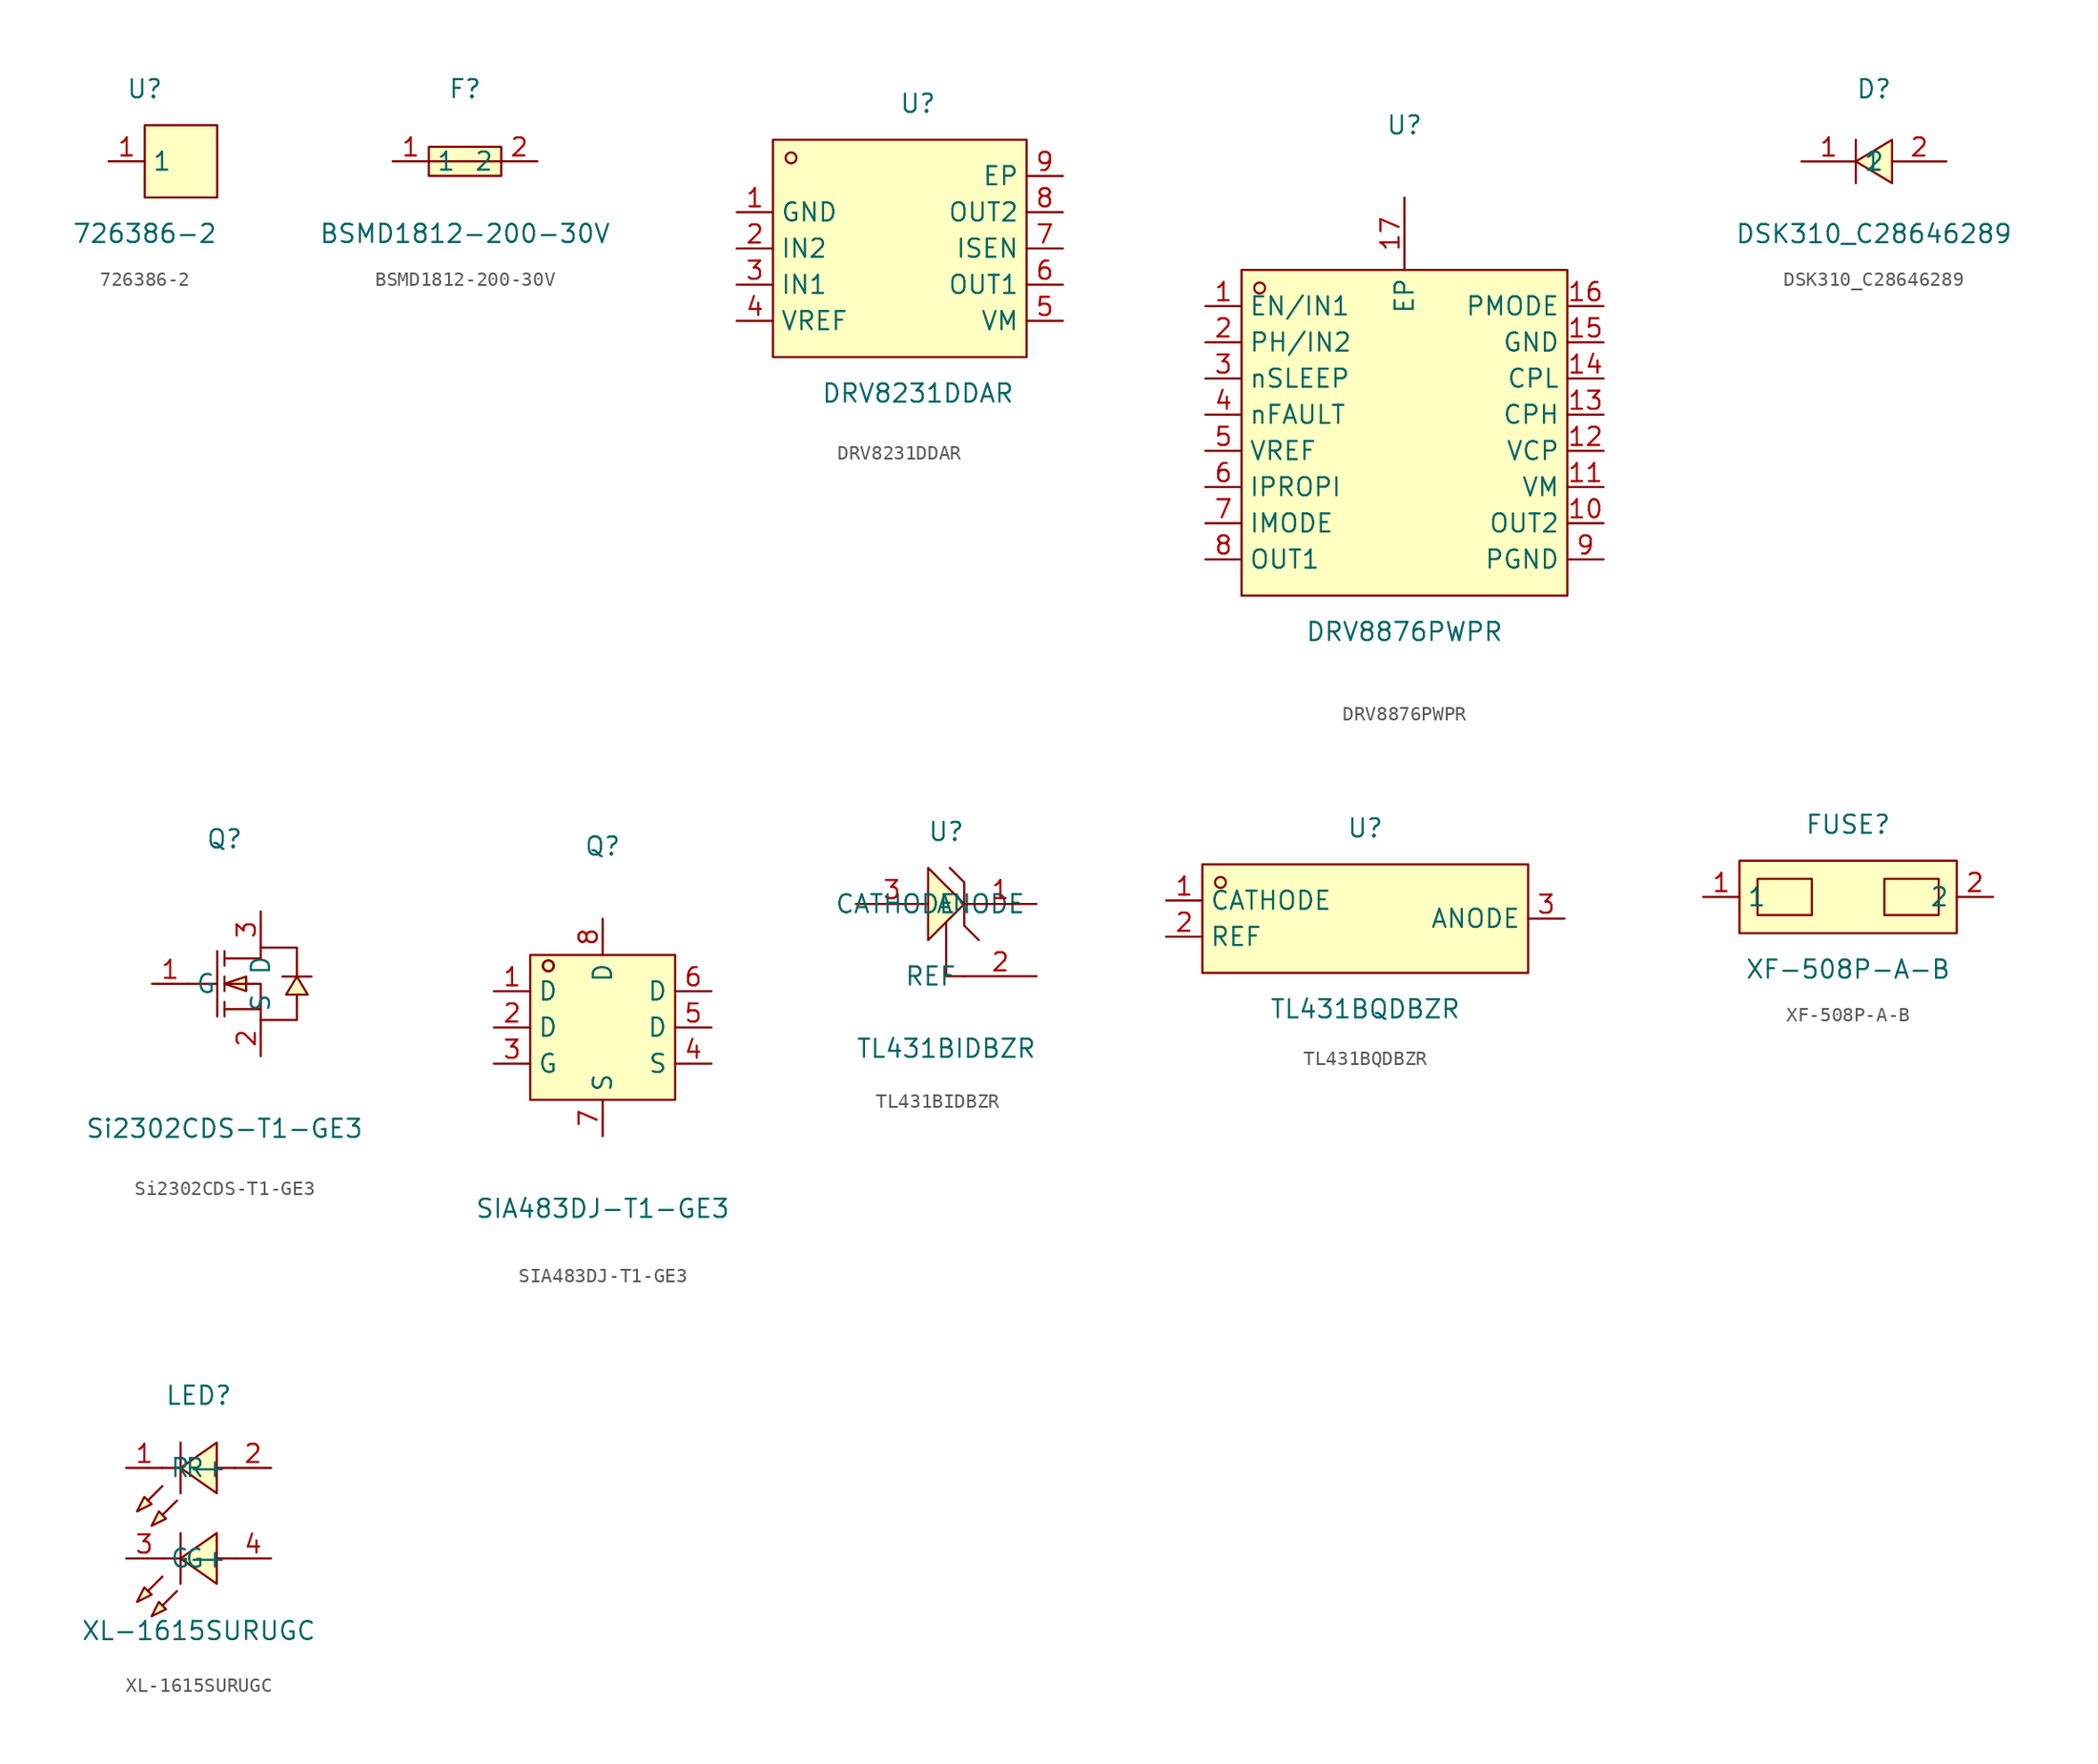
<source format=kicad_sym>
(kicad_symbol_lib
  (version 20211014)
  (generator https://github.com/uPesy/easyeda2kicad.py)
  (symbol "726386-2"
    (property "Reference" "U"
      (at 0 5.08 0)
      (effects (font (size 1.27 1.27))))
    (property "Value" "726386-2"
      (at 0 -5.08 0)
      (effects (font (size 1.27 1.27))))
    (symbol "726386-2_0_1"
      (rectangle (start 0.00 2.54) (end 5.08 -2.54) (stroke (width 0) (type default) (color 0 0 0 0)) (fill (type background)))
      (pin unspecified line (at -2.54 -0.00 0) (length 2.54) (name "1" (effects (font (size 1.27 1.27)))) (number "1" (effects (font (size 1.27 1.27)))))))
  (symbol "BSMD1812-200-30V"
    (property "Reference" "F"
      (at 0 5.08 0)
      (effects (font (size 1.27 1.27))))
    (property "Value" "BSMD1812-200-30V"
      (at 0 -5.08 0)
      (effects (font (size 1.27 1.27))))
    (symbol "BSMD1812-200-30V_0_1"
      (rectangle (start -2.54 1.02) (end 2.54 -1.02) (stroke (width 0) (type default) (color 0 0 0 0)) (fill (type background)))
      (polyline (pts (xy -2.54 -0.00) (xy 2.54 -0.00)) (stroke (width 0) (type default) (color 0 0 0 0)) (fill (type none)))
      (pin unspecified line (at -5.08 -0.00 0) (length 2.54) (name "1" (effects (font (size 1.27 1.27)))) (number "1" (effects (font (size 1.27 1.27)))))
      (pin unspecified line (at 5.08 -0.00 180) (length 2.54) (name "2" (effects (font (size 1.27 1.27)))) (number "2" (effects (font (size 1.27 1.27)))))))
  (symbol "DRV8231DDAR"
    (property "Reference" "U"
      (at 0 10.16 0)
      (effects (font (size 1.27 1.27))))
    (property "Value" "DRV8231DDAR"
      (at 0 -10.16 0)
      (effects (font (size 1.27 1.27))))
    (symbol "DRV8231DDAR_0_1"
      (rectangle (start -10.16 7.62) (end 7.62 -7.62) (stroke (width 0) (type default) (color 0 0 0 0)) (fill (type background)))
      (circle (center -8.89 6.35) (radius 0.38) (stroke (width 0) (type default) (color 0 0 0 0)) (fill (type none)))
      (pin unspecified line (at 10.16 5.08 180) (length 2.54) (name "EP" (effects (font (size 1.27 1.27)))) (number "9" (effects (font (size 1.27 1.27)))))
      (pin unspecified line (at 10.16 2.54 180) (length 2.54) (name "OUT2" (effects (font (size 1.27 1.27)))) (number "8" (effects (font (size 1.27 1.27)))))
      (pin unspecified line (at 10.16 -0.00 180) (length 2.54) (name "ISEN" (effects (font (size 1.27 1.27)))) (number "7" (effects (font (size 1.27 1.27)))))
      (pin unspecified line (at 10.16 -2.54 180) (length 2.54) (name "OUT1" (effects (font (size 1.27 1.27)))) (number "6" (effects (font (size 1.27 1.27)))))
      (pin unspecified line (at 10.16 -5.08 180) (length 2.54) (name "VM" (effects (font (size 1.27 1.27)))) (number "5" (effects (font (size 1.27 1.27)))))
      (pin unspecified line (at -12.70 -5.08 0) (length 2.54) (name "VREF" (effects (font (size 1.27 1.27)))) (number "4" (effects (font (size 1.27 1.27)))))
      (pin unspecified line (at -12.70 -2.54 0) (length 2.54) (name "IN1" (effects (font (size 1.27 1.27)))) (number "3" (effects (font (size 1.27 1.27)))))
      (pin unspecified line (at -12.70 -0.00 0) (length 2.54) (name "IN2" (effects (font (size 1.27 1.27)))) (number "2" (effects (font (size 1.27 1.27)))))
      (pin unspecified line (at -12.70 2.54 0) (length 2.54) (name "GND" (effects (font (size 1.27 1.27)))) (number "1" (effects (font (size 1.27 1.27)))))))
  (symbol "DRV8876PWPR"
    (property "Reference" "U"
      (at 0 21.59 0)
      (effects (font (size 1.27 1.27))))
    (property "Value" "DRV8876PWPR"
      (at 0 -13.97 0)
      (effects (font (size 1.27 1.27))))
    (symbol "DRV8876PWPR_0_1"
      (rectangle (start -11.43 11.43) (end 11.43 -11.43) (stroke (width 0) (type default) (color 0 0 0 0)) (fill (type background)))
      (circle (center -10.16 10.16) (radius 0.38) (stroke (width 0) (type default) (color 0 0 0 0)) (fill (type none)))
      (pin unspecified line (at -13.97 8.89 0) (length 2.54) (name "EN/IN1" (effects (font (size 1.27 1.27)))) (number "1" (effects (font (size 1.27 1.27)))))
      (pin unspecified line (at -13.97 6.35 0) (length 2.54) (name "PH/IN2" (effects (font (size 1.27 1.27)))) (number "2" (effects (font (size 1.27 1.27)))))
      (pin unspecified line (at -13.97 3.81 0) (length 2.54) (name "nSLEEP" (effects (font (size 1.27 1.27)))) (number "3" (effects (font (size 1.27 1.27)))))
      (pin unspecified line (at -13.97 1.27 0) (length 2.54) (name "nFAULT" (effects (font (size 1.27 1.27)))) (number "4" (effects (font (size 1.27 1.27)))))
      (pin unspecified line (at -13.97 -1.27 0) (length 2.54) (name "VREF" (effects (font (size 1.27 1.27)))) (number "5" (effects (font (size 1.27 1.27)))))
      (pin unspecified line (at -13.97 -3.81 0) (length 2.54) (name "IPROPI" (effects (font (size 1.27 1.27)))) (number "6" (effects (font (size 1.27 1.27)))))
      (pin unspecified line (at -13.97 -6.35 0) (length 2.54) (name "IMODE" (effects (font (size 1.27 1.27)))) (number "7" (effects (font (size 1.27 1.27)))))
      (pin unspecified line (at -13.97 -8.89 0) (length 2.54) (name "OUT1" (effects (font (size 1.27 1.27)))) (number "8" (effects (font (size 1.27 1.27)))))
      (pin unspecified line (at 13.97 -8.89 180) (length 2.54) (name "PGND" (effects (font (size 1.27 1.27)))) (number "9" (effects (font (size 1.27 1.27)))))
      (pin unspecified line (at 13.97 -6.35 180) (length 2.54) (name "OUT2" (effects (font (size 1.27 1.27)))) (number "10" (effects (font (size 1.27 1.27)))))
      (pin unspecified line (at 13.97 -3.81 180) (length 2.54) (name "VM" (effects (font (size 1.27 1.27)))) (number "11" (effects (font (size 1.27 1.27)))))
      (pin unspecified line (at 13.97 -1.27 180) (length 2.54) (name "VCP" (effects (font (size 1.27 1.27)))) (number "12" (effects (font (size 1.27 1.27)))))
      (pin unspecified line (at 13.97 1.27 180) (length 2.54) (name "CPH" (effects (font (size 1.27 1.27)))) (number "13" (effects (font (size 1.27 1.27)))))
      (pin unspecified line (at 13.97 3.81 180) (length 2.54) (name "CPL" (effects (font (size 1.27 1.27)))) (number "14" (effects (font (size 1.27 1.27)))))
      (pin unspecified line (at 13.97 6.35 180) (length 2.54) (name "GND" (effects (font (size 1.27 1.27)))) (number "15" (effects (font (size 1.27 1.27)))))
      (pin unspecified line (at 13.97 8.89 180) (length 2.54) (name "PMODE" (effects (font (size 1.27 1.27)))) (number "16" (effects (font (size 1.27 1.27)))))
      (pin unspecified line (at 0.00 16.51 270) (length 5.08) (name "EP" (effects (font (size 1.27 1.27)))) (number "17" (effects (font (size 1.27 1.27)))))))
  (symbol "DSK310_C28646289"
    (property "Reference" "D"
      (at 0 5.08 0)
      (effects (font (size 1.27 1.27))))
    (property "Value" "DSK310_C28646289"
      (at 0 -5.08 0)
      (effects (font (size 1.27 1.27))))
    (symbol "DSK310_C28646289_0_1"
      (polyline (pts (xy 1.27 1.52) (xy -1.27 -0.00) (xy 1.27 -1.52) (xy 1.27 1.52)) (stroke (width 0) (type default) (color 0 0 0 0)) (fill (type background)))
      (polyline (pts (xy -1.27 -1.52) (xy -1.27 1.52)) (stroke (width 0) (type default) (color 0 0 0 0)) (fill (type none)))
      (pin unspecified line (at -5.08 -0.00 0) (length 3.81) (name "1" (effects (font (size 1.27 1.27)))) (number "1" (effects (font (size 1.27 1.27)))))
      (pin unspecified line (at 5.08 -0.00 180) (length 3.81) (name "2" (effects (font (size 1.27 1.27)))) (number "2" (effects (font (size 1.27 1.27)))))))
  (symbol "Si2302CDS-T1-GE3"
    (property "Reference" "Q"
      (at 0 10.16 0)
      (effects (font (size 1.27 1.27))))
    (property "Value" "Si2302CDS-T1-GE3"
      (at 0 -10.16 0)
      (effects (font (size 1.27 1.27))))
    (symbol "Si2302CDS-T1-GE3_0_1"
      (polyline (pts (xy 0.00 1.78) (xy 2.54 1.78) (xy 2.54 2.54) (xy 5.08 2.54) (xy 5.08 0.51)) (stroke (width 0) (type default) (color 0 0 0 0)) (fill (type none)))
      (polyline (pts (xy 0.00 -0.00) (xy 2.54 -0.00) (xy 2.54 -2.54) (xy 5.08 -2.54) (xy 5.08 -0.76)) (stroke (width 0) (type default) (color 0 0 0 0)) (fill (type none)))
      (polyline (pts (xy 2.54 -1.78) (xy 0.00 -1.78)) (stroke (width 0) (type default) (color 0 0 0 0)) (fill (type none)))
      (polyline (pts (xy -0.51 2.29) (xy -0.51 -2.29)) (stroke (width 0) (type default) (color 0 0 0 0)) (fill (type none)))
      (polyline (pts (xy 0.00 2.29) (xy 0.00 1.27)) (stroke (width 0) (type default) (color 0 0 0 0)) (fill (type none)))
      (polyline (pts (xy 0.00 -0.51) (xy 0.00 0.51)) (stroke (width 0) (type default) (color 0 0 0 0)) (fill (type none)))
      (polyline (pts (xy 0.00 -2.29) (xy 0.00 -1.27)) (stroke (width 0) (type default) (color 0 0 0 0)) (fill (type none)))
      (polyline (pts (xy -2.54 -0.00) (xy -0.51 -0.00)) (stroke (width 0) (type default) (color 0 0 0 0)) (fill (type none)))
      (polyline (pts (xy 6.10 0.51) (xy 5.59 0.51) (xy 4.57 0.51) (xy 4.06 0.51)) (stroke (width 0) (type default) (color 0 0 0 0)) (fill (type none)))
      (polyline (pts (xy 0.00 -0.00) (xy 1.52 -0.51) (xy 1.52 0.51) (xy 0.00 -0.00)) (stroke (width 0) (type default) (color 0 0 0 0)) (fill (type background)))
      (polyline (pts (xy 5.08 0.51) (xy 4.32 -0.76) (xy 5.84 -0.76) (xy 5.08 0.51)) (stroke (width 0) (type default) (color 0 0 0 0)) (fill (type background)))
      (pin unspecified line (at 2.54 5.08 270) (length 2.54) (name "D" (effects (font (size 1.27 1.27)))) (number "3" (effects (font (size 1.27 1.27)))))
      (pin unspecified line (at -5.08 -0.00 0) (length 2.54) (name "G" (effects (font (size 1.27 1.27)))) (number "1" (effects (font (size 1.27 1.27)))))
      (pin unspecified line (at 2.54 -5.08 90) (length 2.54) (name "S" (effects (font (size 1.27 1.27)))) (number "2" (effects (font (size 1.27 1.27)))))))
  (symbol "SIA483DJ-T1-GE3"
    (property "Reference" "Q"
      (at 0 12.70 0)
      (effects (font (size 1.27 1.27))))
    (property "Value" "SIA483DJ-T1-GE3"
      (at 0 -12.70 0)
      (effects (font (size 1.27 1.27))))
    (symbol "SIA483DJ-T1-GE3_0_1"
      (rectangle (start -5.08 5.08) (end 5.08 -5.08) (stroke (width 0) (type default) (color 0 0 0 0)) (fill (type background)))
      (circle (center -3.81 4.32) (radius 0.38) (stroke (width 0) (type default) (color 0 0 0 0)) (fill (type none)))
      (circle (center -3.81 4.32) (radius 0.38) (stroke (width 0) (type default) (color 0 0 0 0)) (fill (type none)))
      (pin unspecified line (at -7.62 2.54 0) (length 2.54) (name "D" (effects (font (size 1.27 1.27)))) (number "1" (effects (font (size 1.27 1.27)))))
      (pin unspecified line (at -7.62 -0.00 0) (length 2.54) (name "D" (effects (font (size 1.27 1.27)))) (number "2" (effects (font (size 1.27 1.27)))))
      (pin unspecified line (at -7.62 -2.54 0) (length 2.54) (name "G" (effects (font (size 1.27 1.27)))) (number "3" (effects (font (size 1.27 1.27)))))
      (pin unspecified line (at 7.62 -2.54 180) (length 2.54) (name "S" (effects (font (size 1.27 1.27)))) (number "4" (effects (font (size 1.27 1.27)))))
      (pin unspecified line (at 7.62 -0.00 180) (length 2.54) (name "D" (effects (font (size 1.27 1.27)))) (number "5" (effects (font (size 1.27 1.27)))))
      (pin unspecified line (at 7.62 2.54 180) (length 2.54) (name "D" (effects (font (size 1.27 1.27)))) (number "6" (effects (font (size 1.27 1.27)))))
      (pin unspecified line (at 0.00 -7.62 90) (length 2.54) (name "S" (effects (font (size 1.27 1.27)))) (number "7" (effects (font (size 1.27 1.27)))))
      (pin unspecified line (at 0.00 7.62 270) (length 2.54) (name "D" (effects (font (size 1.27 1.27)))) (number "8" (effects (font (size 1.27 1.27)))))))
  (symbol "TL431BIDBZR"
    (property "Reference" "U"
      (at 0 6.35 0)
      (effects (font (size 1.27 1.27))))
    (property "Value" "TL431BIDBZR"
      (at 0 -8.89 0)
      (effects (font (size 1.27 1.27))))
    (symbol "TL431BIDBZR_0_1"
      (polyline (pts (xy 2.29 -1.27) (xy 1.27 -0.25) (xy 1.27 2.79) (xy 0.25 3.81)) (stroke (width 0) (type default) (color 0 0 0 0)) (fill (type none)))
      (polyline (pts (xy 1.27 -3.81) (xy 0.00 -3.81) (xy 0.00 -0.00) (xy 0.00 -0.00)) (stroke (width 0) (type default) (color 0 0 0 0)) (fill (type none)))
      (polyline (pts (xy -1.27 -1.27) (xy 1.27 1.27) (xy -1.27 3.81) (xy -1.27 -1.27)) (stroke (width 0) (type default) (color 0 0 0 0)) (fill (type background)))
      (pin unspecified line (at -6.35 1.27 0) (length 5.08) (name "ANODE" (effects (font (size 1.27 1.27)))) (number "3" (effects (font (size 1.27 1.27)))))
      (pin unspecified line (at 6.35 1.27 180) (length 5.08) (name "CATHODE" (effects (font (size 1.27 1.27)))) (number "1" (effects (font (size 1.27 1.27)))))
      (pin unspecified line (at 6.35 -3.81 180) (length 5.08) (name "REF" (effects (font (size 1.27 1.27)))) (number "2" (effects (font (size 1.27 1.27)))))))
  (symbol "TL431BQDBZR"
    (property "Reference" "U"
      (at 0 6.35 0)
      (effects (font (size 1.27 1.27))))
    (property "Value" "TL431BQDBZR"
      (at 0 -6.35 0)
      (effects (font (size 1.27 1.27))))
    (symbol "TL431BQDBZR_0_1"
      (rectangle (start -11.43 3.81) (end 11.43 -3.81) (stroke (width 0) (type default) (color 0 0 0 0)) (fill (type background)))
      (circle (center -10.16 2.54) (radius 0.38) (stroke (width 0) (type default) (color 0 0 0 0)) (fill (type none)))
      (pin unspecified line (at -13.97 1.27 0) (length 2.54) (name "CATHODE" (effects (font (size 1.27 1.27)))) (number "1" (effects (font (size 1.27 1.27)))))
      (pin unspecified line (at -13.97 -1.27 0) (length 2.54) (name "REF" (effects (font (size 1.27 1.27)))) (number "2" (effects (font (size 1.27 1.27)))))
      (pin unspecified line (at 13.97 -0.00 180) (length 2.54) (name "ANODE" (effects (font (size 1.27 1.27)))) (number "3" (effects (font (size 1.27 1.27)))))))
  (symbol "XF-508P-A-B"
    (property "Reference" "FUSE"
      (at 0 5.08 0)
      (effects (font (size 1.27 1.27))))
    (property "Value" "XF-508P-A-B"
      (at 0 -5.08 0)
      (effects (font (size 1.27 1.27))))
    (symbol "XF-508P-A-B_0_1"
      (rectangle (start -7.62 2.54) (end 7.62 -2.54) (stroke (width 0) (type default) (color 0 0 0 0)) (fill (type background)))
      (rectangle (start -6.35 1.27) (end -2.54 -1.27) (stroke (width 0) (type default) (color 0 0 0 0)) (fill (type background)))
      (rectangle (start 2.54 1.27) (end 6.35 -1.27) (stroke (width 0) (type default) (color 0 0 0 0)) (fill (type background)))
      (pin unspecified line (at -10.16 -0.00 0) (length 2.54) (name "1" (effects (font (size 1.27 1.27)))) (number "1" (effects (font (size 1.27 1.27)))))
      (pin unspecified line (at 10.16 -0.00 180) (length 2.54) (name "2" (effects (font (size 1.27 1.27)))) (number "2" (effects (font (size 1.27 1.27)))))))
  (symbol "XL-1615SURUGC"
    (property "Reference" "LED"
      (at 0 8.89 0)
      (effects (font (size 1.27 1.27))))
    (property "Value" "XL-1615SURUGC"
      (at 0 -7.62 0)
      (effects (font (size 1.27 1.27))))
    (symbol "XL-1615SURUGC_0_1"
      (polyline (pts (xy -3.30 -0.25) (xy -2.79 0.76) (xy -2.29 0.25) (xy -3.30 -0.25)) (stroke (width 0) (type default) (color 0 0 0 0)) (fill (type background)))
      (polyline (pts (xy -4.32 0.76) (xy -3.81 1.78) (xy -3.30 1.27) (xy -4.32 0.76)) (stroke (width 0) (type default) (color 0 0 0 0)) (fill (type background)))
      (polyline (pts (xy 1.27 5.59) (xy -1.27 3.81) (xy 1.27 2.03) (xy 1.27 5.59)) (stroke (width 0) (type default) (color 0 0 0 0)) (fill (type background)))
      (polyline (pts (xy 1.27 -0.76) (xy -1.27 -2.54) (xy 1.27 -4.32) (xy 1.27 -0.76)) (stroke (width 0) (type default) (color 0 0 0 0)) (fill (type background)))
      (polyline (pts (xy -4.32 -5.59) (xy -3.81 -4.57) (xy -3.30 -5.08) (xy -4.32 -5.59)) (stroke (width 0) (type default) (color 0 0 0 0)) (fill (type background)))
      (polyline (pts (xy -3.30 -6.60) (xy -2.79 -5.59) (xy -2.29 -6.10) (xy -3.30 -6.60)) (stroke (width 0) (type default) (color 0 0 0 0)) (fill (type background)))
      (polyline (pts (xy -1.52 1.52) (xy -2.54 0.51) (xy -1.52 1.52)) (stroke (width 0) (type default) (color 0 0 0 0)) (fill (type background)))
      (polyline (pts (xy -2.54 2.54) (xy -3.56 1.52) (xy -2.54 2.54)) (stroke (width 0) (type default) (color 0 0 0 0)) (fill (type background)))
      (polyline (pts (xy -1.27 3.81) (xy -2.54 3.81)) (stroke (width 0) (type default) (color 0 0 0 0)) (fill (type none)))
      (polyline (pts (xy 2.54 3.81) (xy 1.27 3.81)) (stroke (width 0) (type default) (color 0 0 0 0)) (fill (type none)))
      (polyline (pts (xy -1.27 5.59) (xy -1.27 2.03)) (stroke (width 0) (type default) (color 0 0 0 0)) (fill (type none)))
      (polyline (pts (xy -1.27 -0.76) (xy -1.27 -4.32)) (stroke (width 0) (type default) (color 0 0 0 0)) (fill (type none)))
      (polyline (pts (xy 2.54 -2.54) (xy 1.27 -2.54)) (stroke (width 0) (type default) (color 0 0 0 0)) (fill (type none)))
      (polyline (pts (xy -1.27 -2.54) (xy -2.54 -2.54)) (stroke (width 0) (type default) (color 0 0 0 0)) (fill (type none)))
      (polyline (pts (xy -2.54 -3.81) (xy -3.56 -4.83) (xy -2.54 -3.81)) (stroke (width 0) (type default) (color 0 0 0 0)) (fill (type background)))
      (polyline (pts (xy -1.52 -4.83) (xy -2.54 -5.84) (xy -1.52 -4.83)) (stroke (width 0) (type default) (color 0 0 0 0)) (fill (type background)))
      (pin unspecified line (at -5.08 3.81 0) (length 2.54) (name "R-" (effects (font (size 1.27 1.27)))) (number "1" (effects (font (size 1.27 1.27)))))
      (pin unspecified line (at 5.08 3.81 180) (length 2.54) (name "R+" (effects (font (size 1.27 1.27)))) (number "2" (effects (font (size 1.27 1.27)))))
      (pin unspecified line (at 5.08 -2.54 180) (length 2.54) (name "G+" (effects (font (size 1.27 1.27)))) (number "4" (effects (font (size 1.27 1.27)))))
      (pin unspecified line (at -5.08 -2.54 0) (length 2.54) (name "G-" (effects (font (size 1.27 1.27)))) (number "3" (effects (font (size 1.27 1.27))))))))
</source>
